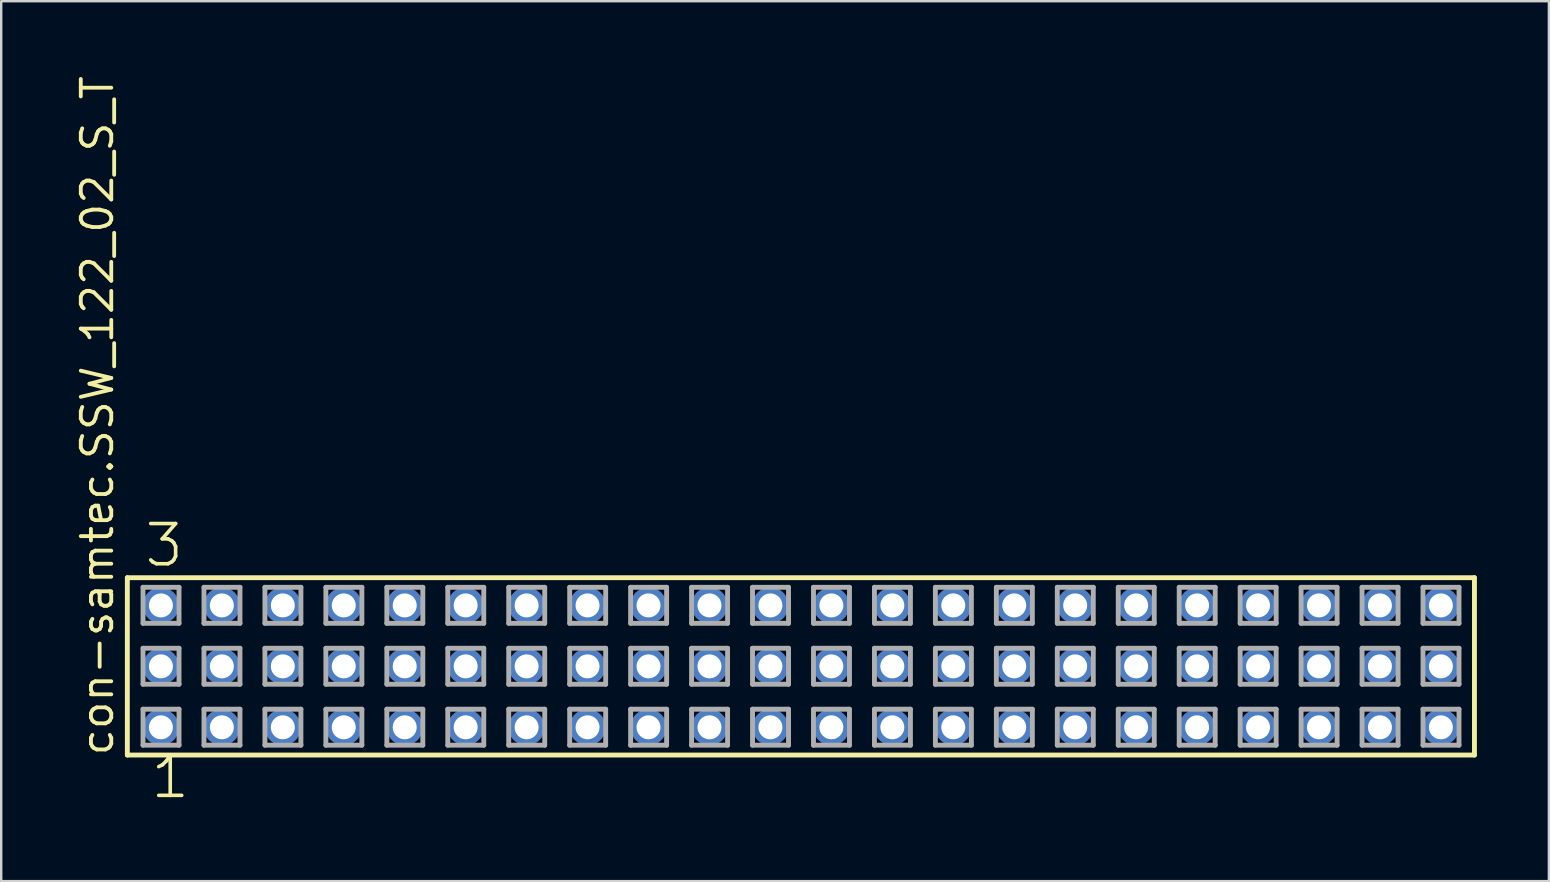
<source format=kicad_pcb>
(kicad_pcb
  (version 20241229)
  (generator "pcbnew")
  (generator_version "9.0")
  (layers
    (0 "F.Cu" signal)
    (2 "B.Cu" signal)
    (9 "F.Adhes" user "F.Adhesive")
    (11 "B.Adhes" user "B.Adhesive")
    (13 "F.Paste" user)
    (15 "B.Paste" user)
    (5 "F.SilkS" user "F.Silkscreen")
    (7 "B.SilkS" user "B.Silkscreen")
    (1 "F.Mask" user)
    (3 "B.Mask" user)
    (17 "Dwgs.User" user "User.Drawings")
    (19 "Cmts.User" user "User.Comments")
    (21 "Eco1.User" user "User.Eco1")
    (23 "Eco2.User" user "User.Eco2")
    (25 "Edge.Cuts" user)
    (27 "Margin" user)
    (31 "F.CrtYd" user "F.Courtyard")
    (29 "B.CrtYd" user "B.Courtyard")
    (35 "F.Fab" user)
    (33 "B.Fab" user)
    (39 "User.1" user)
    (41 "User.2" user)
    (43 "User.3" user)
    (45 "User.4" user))
  (footprint "con-samtec.SSW_122_02_S_T"
    (layer "F.Cu")
    (at 30.325 24.719)
    (property "Reference" "con-samtec.SSW_122_02_S_T" (at -28.575 3.81 90) (layer "F.SilkS") (effects (font (size 1.27 1.27) (thickness 0.16)) (justify left bottom)))
    (attr through_hole)
    (fp_line (start -28.069 -3.695) (end 28.069 -3.695) (stroke (width 0.203) (type default)) (layer "F.SilkS"))
    (fp_line (start -28.069 3.695) (end -28.069 -3.695) (stroke (width 0.203) (type default)) (layer "F.SilkS"))
    (fp_line (start 28.069 -3.695) (end 28.069 3.695) (stroke (width 0.203) (type default)) (layer "F.SilkS"))
    (fp_line (start 28.069 3.695) (end -28.069 3.695) (stroke (width 0.203) (type default)) (layer "F.SilkS"))
    (fp_line (start -27.415 -3.295) (end -25.915 -3.295) (stroke (width 0.203) (type default)) (layer "F.Fab"))
    (fp_line (start -27.415 -1.795) (end -27.415 -3.295) (stroke (width 0.203) (type default)) (layer "F.Fab"))
    (fp_line (start -27.415 -0.755) (end -25.915 -0.755) (stroke (width 0.203) (type default)) (layer "F.Fab"))
    (fp_line (start -27.415 0.745) (end -27.415 -0.755) (stroke (width 0.203) (type default)) (layer "F.Fab"))
    (fp_line (start -27.415 1.785) (end -25.915 1.785) (stroke (width 0.203) (type default)) (layer "F.Fab"))
    (fp_line (start -27.415 3.285) (end -27.415 1.785) (stroke (width 0.203) (type default)) (layer "F.Fab"))
    (fp_line (start -25.915 -3.295) (end -25.915 -1.795) (stroke (width 0.203) (type default)) (layer "F.Fab"))
    (fp_line (start -25.915 -1.795) (end -27.415 -1.795) (stroke (width 0.203) (type default)) (layer "F.Fab"))
    (fp_line (start -25.915 -0.755) (end -25.915 0.745) (stroke (width 0.203) (type default)) (layer "F.Fab"))
    (fp_line (start -25.915 0.745) (end -27.415 0.745) (stroke (width 0.203) (type default)) (layer "F.Fab"))
    (fp_line (start -25.915 1.785) (end -25.915 3.285) (stroke (width 0.203) (type default)) (layer "F.Fab"))
    (fp_line (start -25.915 3.285) (end -27.415 3.285) (stroke (width 0.203) (type default)) (layer "F.Fab"))
    (fp_line (start -24.875 -3.295) (end -23.375 -3.295) (stroke (width 0.203) (type default)) (layer "F.Fab"))
    (fp_line (start -24.875 -1.795) (end -24.875 -3.295) (stroke (width 0.203) (type default)) (layer "F.Fab"))
    (fp_line (start -24.875 -0.755) (end -23.375 -0.755) (stroke (width 0.203) (type default)) (layer "F.Fab"))
    (fp_line (start -24.875 0.745) (end -24.875 -0.755) (stroke (width 0.203) (type default)) (layer "F.Fab"))
    (fp_line (start -24.875 1.785) (end -23.375 1.785) (stroke (width 0.203) (type default)) (layer "F.Fab"))
    (fp_line (start -24.875 3.285) (end -24.875 1.785) (stroke (width 0.203) (type default)) (layer "F.Fab"))
    (fp_line (start -23.375 -3.295) (end -23.375 -1.795) (stroke (width 0.203) (type default)) (layer "F.Fab"))
    (fp_line (start -23.375 -1.795) (end -24.875 -1.795) (stroke (width 0.203) (type default)) (layer "F.Fab"))
    (fp_line (start -23.375 -0.755) (end -23.375 0.745) (stroke (width 0.203) (type default)) (layer "F.Fab"))
    (fp_line (start -23.375 0.745) (end -24.875 0.745) (stroke (width 0.203) (type default)) (layer "F.Fab"))
    (fp_line (start -23.375 1.785) (end -23.375 3.285) (stroke (width 0.203) (type default)) (layer "F.Fab"))
    (fp_line (start -23.375 3.285) (end -24.875 3.285) (stroke (width 0.203) (type default)) (layer "F.Fab"))
    (fp_line (start -22.335 -3.295) (end -20.835 -3.295) (stroke (width 0.203) (type default)) (layer "F.Fab"))
    (fp_line (start -22.335 -1.795) (end -22.335 -3.295) (stroke (width 0.203) (type default)) (layer "F.Fab"))
    (fp_line (start -22.335 -0.755) (end -20.835 -0.755) (stroke (width 0.203) (type default)) (layer "F.Fab"))
    (fp_line (start -22.335 0.745) (end -22.335 -0.755) (stroke (width 0.203) (type default)) (layer "F.Fab"))
    (fp_line (start -22.335 1.785) (end -20.835 1.785) (stroke (width 0.203) (type default)) (layer "F.Fab"))
    (fp_line (start -22.335 3.285) (end -22.335 1.785) (stroke (width 0.203) (type default)) (layer "F.Fab"))
    (fp_line (start -20.835 -3.295) (end -20.835 -1.795) (stroke (width 0.203) (type default)) (layer "F.Fab"))
    (fp_line (start -20.835 -1.795) (end -22.335 -1.795) (stroke (width 0.203) (type default)) (layer "F.Fab"))
    (fp_line (start -20.835 -0.755) (end -20.835 0.745) (stroke (width 0.203) (type default)) (layer "F.Fab"))
    (fp_line (start -20.835 0.745) (end -22.335 0.745) (stroke (width 0.203) (type default)) (layer "F.Fab"))
    (fp_line (start -20.835 1.785) (end -20.835 3.285) (stroke (width 0.203) (type default)) (layer "F.Fab"))
    (fp_line (start -20.835 3.285) (end -22.335 3.285) (stroke (width 0.203) (type default)) (layer "F.Fab"))
    (fp_line (start -19.795 -3.295) (end -18.295 -3.295) (stroke (width 0.203) (type default)) (layer "F.Fab"))
    (fp_line (start -19.795 -1.795) (end -19.795 -3.295) (stroke (width 0.203) (type default)) (layer "F.Fab"))
    (fp_line (start -19.795 -0.755) (end -18.295 -0.755) (stroke (width 0.203) (type default)) (layer "F.Fab"))
    (fp_line (start -19.795 0.745) (end -19.795 -0.755) (stroke (width 0.203) (type default)) (layer "F.Fab"))
    (fp_line (start -19.795 1.785) (end -18.295 1.785) (stroke (width 0.203) (type default)) (layer "F.Fab"))
    (fp_line (start -19.795 3.285) (end -19.795 1.785) (stroke (width 0.203) (type default)) (layer "F.Fab"))
    (fp_line (start -18.295 -3.295) (end -18.295 -1.795) (stroke (width 0.203) (type default)) (layer "F.Fab"))
    (fp_line (start -18.295 -1.795) (end -19.795 -1.795) (stroke (width 0.203) (type default)) (layer "F.Fab"))
    (fp_line (start -18.295 -0.755) (end -18.295 0.745) (stroke (width 0.203) (type default)) (layer "F.Fab"))
    (fp_line (start -18.295 0.745) (end -19.795 0.745) (stroke (width 0.203) (type default)) (layer "F.Fab"))
    (fp_line (start -18.295 1.785) (end -18.295 3.285) (stroke (width 0.203) (type default)) (layer "F.Fab"))
    (fp_line (start -18.295 3.285) (end -19.795 3.285) (stroke (width 0.203) (type default)) (layer "F.Fab"))
    (fp_line (start -17.255 -3.295) (end -15.755 -3.295) (stroke (width 0.203) (type default)) (layer "F.Fab"))
    (fp_line (start -17.255 -1.795) (end -17.255 -3.295) (stroke (width 0.203) (type default)) (layer "F.Fab"))
    (fp_line (start -17.255 -0.755) (end -15.755 -0.755) (stroke (width 0.203) (type default)) (layer "F.Fab"))
    (fp_line (start -17.255 0.745) (end -17.255 -0.755) (stroke (width 0.203) (type default)) (layer "F.Fab"))
    (fp_line (start -17.255 1.785) (end -15.755 1.785) (stroke (width 0.203) (type default)) (layer "F.Fab"))
    (fp_line (start -17.255 3.285) (end -17.255 1.785) (stroke (width 0.203) (type default)) (layer "F.Fab"))
    (fp_line (start -15.755 -3.295) (end -15.755 -1.795) (stroke (width 0.203) (type default)) (layer "F.Fab"))
    (fp_line (start -15.755 -1.795) (end -17.255 -1.795) (stroke (width 0.203) (type default)) (layer "F.Fab"))
    (fp_line (start -15.755 -0.755) (end -15.755 0.745) (stroke (width 0.203) (type default)) (layer "F.Fab"))
    (fp_line (start -15.755 0.745) (end -17.255 0.745) (stroke (width 0.203) (type default)) (layer "F.Fab"))
    (fp_line (start -15.755 1.785) (end -15.755 3.285) (stroke (width 0.203) (type default)) (layer "F.Fab"))
    (fp_line (start -15.755 3.285) (end -17.255 3.285) (stroke (width 0.203) (type default)) (layer "F.Fab"))
    (fp_line (start -14.715 -3.295) (end -13.215 -3.295) (stroke (width 0.203) (type default)) (layer "F.Fab"))
    (fp_line (start -14.715 -1.795) (end -14.715 -3.295) (stroke (width 0.203) (type default)) (layer "F.Fab"))
    (fp_line (start -14.715 -0.755) (end -13.215 -0.755) (stroke (width 0.203) (type default)) (layer "F.Fab"))
    (fp_line (start -14.715 0.745) (end -14.715 -0.755) (stroke (width 0.203) (type default)) (layer "F.Fab"))
    (fp_line (start -14.715 1.785) (end -13.215 1.785) (stroke (width 0.203) (type default)) (layer "F.Fab"))
    (fp_line (start -14.715 3.285) (end -14.715 1.785) (stroke (width 0.203) (type default)) (layer "F.Fab"))
    (fp_line (start -13.215 -3.295) (end -13.215 -1.795) (stroke (width 0.203) (type default)) (layer "F.Fab"))
    (fp_line (start -13.215 -1.795) (end -14.715 -1.795) (stroke (width 0.203) (type default)) (layer "F.Fab"))
    (fp_line (start -13.215 -0.755) (end -13.215 0.745) (stroke (width 0.203) (type default)) (layer "F.Fab"))
    (fp_line (start -13.215 0.745) (end -14.715 0.745) (stroke (width 0.203) (type default)) (layer "F.Fab"))
    (fp_line (start -13.215 1.785) (end -13.215 3.285) (stroke (width 0.203) (type default)) (layer "F.Fab"))
    (fp_line (start -13.215 3.285) (end -14.715 3.285) (stroke (width 0.203) (type default)) (layer "F.Fab"))
    (fp_line (start -12.175 -3.295) (end -10.675 -3.295) (stroke (width 0.203) (type default)) (layer "F.Fab"))
    (fp_line (start -12.175 -1.795) (end -12.175 -3.295) (stroke (width 0.203) (type default)) (layer "F.Fab"))
    (fp_line (start -12.175 -0.755) (end -10.675 -0.755) (stroke (width 0.203) (type default)) (layer "F.Fab"))
    (fp_line (start -12.175 0.745) (end -12.175 -0.755) (stroke (width 0.203) (type default)) (layer "F.Fab"))
    (fp_line (start -12.175 1.785) (end -10.675 1.785) (stroke (width 0.203) (type default)) (layer "F.Fab"))
    (fp_line (start -12.175 3.285) (end -12.175 1.785) (stroke (width 0.203) (type default)) (layer "F.Fab"))
    (fp_line (start -10.675 -3.295) (end -10.675 -1.795) (stroke (width 0.203) (type default)) (layer "F.Fab"))
    (fp_line (start -10.675 -1.795) (end -12.175 -1.795) (stroke (width 0.203) (type default)) (layer "F.Fab"))
    (fp_line (start -10.675 -0.755) (end -10.675 0.745) (stroke (width 0.203) (type default)) (layer "F.Fab"))
    (fp_line (start -10.675 0.745) (end -12.175 0.745) (stroke (width 0.203) (type default)) (layer "F.Fab"))
    (fp_line (start -10.675 1.785) (end -10.675 3.285) (stroke (width 0.203) (type default)) (layer "F.Fab"))
    (fp_line (start -10.675 3.285) (end -12.175 3.285) (stroke (width 0.203) (type default)) (layer "F.Fab"))
    (fp_line (start -9.635 -3.295) (end -8.135 -3.295) (stroke (width 0.203) (type default)) (layer "F.Fab"))
    (fp_line (start -9.635 -1.795) (end -9.635 -3.295) (stroke (width 0.203) (type default)) (layer "F.Fab"))
    (fp_line (start -9.635 -0.755) (end -8.135 -0.755) (stroke (width 0.203) (type default)) (layer "F.Fab"))
    (fp_line (start -9.635 0.745) (end -9.635 -0.755) (stroke (width 0.203) (type default)) (layer "F.Fab"))
    (fp_line (start -9.635 1.785) (end -8.135 1.785) (stroke (width 0.203) (type default)) (layer "F.Fab"))
    (fp_line (start -9.635 3.285) (end -9.635 1.785) (stroke (width 0.203) (type default)) (layer "F.Fab"))
    (fp_line (start -8.135 -3.295) (end -8.135 -1.795) (stroke (width 0.203) (type default)) (layer "F.Fab"))
    (fp_line (start -8.135 -1.795) (end -9.635 -1.795) (stroke (width 0.203) (type default)) (layer "F.Fab"))
    (fp_line (start -8.135 -0.755) (end -8.135 0.745) (stroke (width 0.203) (type default)) (layer "F.Fab"))
    (fp_line (start -8.135 0.745) (end -9.635 0.745) (stroke (width 0.203) (type default)) (layer "F.Fab"))
    (fp_line (start -8.135 1.785) (end -8.135 3.285) (stroke (width 0.203) (type default)) (layer "F.Fab"))
    (fp_line (start -8.135 3.285) (end -9.635 3.285) (stroke (width 0.203) (type default)) (layer "F.Fab"))
    (fp_line (start -7.095 -3.295) (end -5.595 -3.295) (stroke (width 0.203) (type default)) (layer "F.Fab"))
    (fp_line (start -7.095 -1.795) (end -7.095 -3.295) (stroke (width 0.203) (type default)) (layer "F.Fab"))
    (fp_line (start -7.095 -0.755) (end -5.595 -0.755) (stroke (width 0.203) (type default)) (layer "F.Fab"))
    (fp_line (start -7.095 0.745) (end -7.095 -0.755) (stroke (width 0.203) (type default)) (layer "F.Fab"))
    (fp_line (start -7.095 1.785) (end -5.595 1.785) (stroke (width 0.203) (type default)) (layer "F.Fab"))
    (fp_line (start -7.095 3.285) (end -7.095 1.785) (stroke (width 0.203) (type default)) (layer "F.Fab"))
    (fp_line (start -5.595 -3.295) (end -5.595 -1.795) (stroke (width 0.203) (type default)) (layer "F.Fab"))
    (fp_line (start -5.595 -1.795) (end -7.095 -1.795) (stroke (width 0.203) (type default)) (layer "F.Fab"))
    (fp_line (start -5.595 -0.755) (end -5.595 0.745) (stroke (width 0.203) (type default)) (layer "F.Fab"))
    (fp_line (start -5.595 0.745) (end -7.095 0.745) (stroke (width 0.203) (type default)) (layer "F.Fab"))
    (fp_line (start -5.595 1.785) (end -5.595 3.285) (stroke (width 0.203) (type default)) (layer "F.Fab"))
    (fp_line (start -5.595 3.285) (end -7.095 3.285) (stroke (width 0.203) (type default)) (layer "F.Fab"))
    (fp_line (start -4.555 -3.295) (end -3.055 -3.295) (stroke (width 0.203) (type default)) (layer "F.Fab"))
    (fp_line (start -4.555 -1.795) (end -4.555 -3.295) (stroke (width 0.203) (type default)) (layer "F.Fab"))
    (fp_line (start -4.555 -0.755) (end -3.055 -0.755) (stroke (width 0.203) (type default)) (layer "F.Fab"))
    (fp_line (start -4.555 0.745) (end -4.555 -0.755) (stroke (width 0.203) (type default)) (layer "F.Fab"))
    (fp_line (start -4.555 1.785) (end -3.055 1.785) (stroke (width 0.203) (type default)) (layer "F.Fab"))
    (fp_line (start -4.555 3.285) (end -4.555 1.785) (stroke (width 0.203) (type default)) (layer "F.Fab"))
    (fp_line (start -3.055 -3.295) (end -3.055 -1.795) (stroke (width 0.203) (type default)) (layer "F.Fab"))
    (fp_line (start -3.055 -1.795) (end -4.555 -1.795) (stroke (width 0.203) (type default)) (layer "F.Fab"))
    (fp_line (start -3.055 -0.755) (end -3.055 0.745) (stroke (width 0.203) (type default)) (layer "F.Fab"))
    (fp_line (start -3.055 0.745) (end -4.555 0.745) (stroke (width 0.203) (type default)) (layer "F.Fab"))
    (fp_line (start -3.055 1.785) (end -3.055 3.285) (stroke (width 0.203) (type default)) (layer "F.Fab"))
    (fp_line (start -3.055 3.285) (end -4.555 3.285) (stroke (width 0.203) (type default)) (layer "F.Fab"))
    (fp_line (start -2.015 -3.295) (end -0.515 -3.295) (stroke (width 0.203) (type default)) (layer "F.Fab"))
    (fp_line (start -2.015 -1.795) (end -2.015 -3.295) (stroke (width 0.203) (type default)) (layer "F.Fab"))
    (fp_line (start -2.015 -0.755) (end -0.515 -0.755) (stroke (width 0.203) (type default)) (layer "F.Fab"))
    (fp_line (start -2.015 0.745) (end -2.015 -0.755) (stroke (width 0.203) (type default)) (layer "F.Fab"))
    (fp_line (start -2.015 1.785) (end -0.515 1.785) (stroke (width 0.203) (type default)) (layer "F.Fab"))
    (fp_line (start -2.015 3.285) (end -2.015 1.785) (stroke (width 0.203) (type default)) (layer "F.Fab"))
    (fp_line (start -0.515 -3.295) (end -0.515 -1.795) (stroke (width 0.203) (type default)) (layer "F.Fab"))
    (fp_line (start -0.515 -1.795) (end -2.015 -1.795) (stroke (width 0.203) (type default)) (layer "F.Fab"))
    (fp_line (start -0.515 -0.755) (end -0.515 0.745) (stroke (width 0.203) (type default)) (layer "F.Fab"))
    (fp_line (start -0.515 0.745) (end -2.015 0.745) (stroke (width 0.203) (type default)) (layer "F.Fab"))
    (fp_line (start -0.515 1.785) (end -0.515 3.285) (stroke (width 0.203) (type default)) (layer "F.Fab"))
    (fp_line (start -0.515 3.285) (end -2.015 3.285) (stroke (width 0.203) (type default)) (layer "F.Fab"))
    (fp_line (start 0.525 -3.295) (end 2.025 -3.295) (stroke (width 0.203) (type default)) (layer "F.Fab"))
    (fp_line (start 0.525 -1.795) (end 0.525 -3.295) (stroke (width 0.203) (type default)) (layer "F.Fab"))
    (fp_line (start 0.525 -0.755) (end 2.025 -0.755) (stroke (width 0.203) (type default)) (layer "F.Fab"))
    (fp_line (start 0.525 0.745) (end 0.525 -0.755) (stroke (width 0.203) (type default)) (layer "F.Fab"))
    (fp_line (start 0.525 1.785) (end 2.025 1.785) (stroke (width 0.203) (type default)) (layer "F.Fab"))
    (fp_line (start 0.525 3.285) (end 0.525 1.785) (stroke (width 0.203) (type default)) (layer "F.Fab"))
    (fp_line (start 2.025 -3.295) (end 2.025 -1.795) (stroke (width 0.203) (type default)) (layer "F.Fab"))
    (fp_line (start 2.025 -1.795) (end 0.525 -1.795) (stroke (width 0.203) (type default)) (layer "F.Fab"))
    (fp_line (start 2.025 -0.755) (end 2.025 0.745) (stroke (width 0.203) (type default)) (layer "F.Fab"))
    (fp_line (start 2.025 0.745) (end 0.525 0.745) (stroke (width 0.203) (type default)) (layer "F.Fab"))
    (fp_line (start 2.025 1.785) (end 2.025 3.285) (stroke (width 0.203) (type default)) (layer "F.Fab"))
    (fp_line (start 2.025 3.285) (end 0.525 3.285) (stroke (width 0.203) (type default)) (layer "F.Fab"))
    (fp_line (start 3.065 -3.295) (end 4.565 -3.295) (stroke (width 0.203) (type default)) (layer "F.Fab"))
    (fp_line (start 3.065 -1.795) (end 3.065 -3.295) (stroke (width 0.203) (type default)) (layer "F.Fab"))
    (fp_line (start 3.065 -0.755) (end 4.565 -0.755) (stroke (width 0.203) (type default)) (layer "F.Fab"))
    (fp_line (start 3.065 0.745) (end 3.065 -0.755) (stroke (width 0.203) (type default)) (layer "F.Fab"))
    (fp_line (start 3.065 1.785) (end 4.565 1.785) (stroke (width 0.203) (type default)) (layer "F.Fab"))
    (fp_line (start 3.065 3.285) (end 3.065 1.785) (stroke (width 0.203) (type default)) (layer "F.Fab"))
    (fp_line (start 4.565 -3.295) (end 4.565 -1.795) (stroke (width 0.203) (type default)) (layer "F.Fab"))
    (fp_line (start 4.565 -1.795) (end 3.065 -1.795) (stroke (width 0.203) (type default)) (layer "F.Fab"))
    (fp_line (start 4.565 -0.755) (end 4.565 0.745) (stroke (width 0.203) (type default)) (layer "F.Fab"))
    (fp_line (start 4.565 0.745) (end 3.065 0.745) (stroke (width 0.203) (type default)) (layer "F.Fab"))
    (fp_line (start 4.565 1.785) (end 4.565 3.285) (stroke (width 0.203) (type default)) (layer "F.Fab"))
    (fp_line (start 4.565 3.285) (end 3.065 3.285) (stroke (width 0.203) (type default)) (layer "F.Fab"))
    (fp_line (start 5.605 -3.295) (end 7.105 -3.295) (stroke (width 0.203) (type default)) (layer "F.Fab"))
    (fp_line (start 5.605 -1.795) (end 5.605 -3.295) (stroke (width 0.203) (type default)) (layer "F.Fab"))
    (fp_line (start 5.605 -0.755) (end 7.105 -0.755) (stroke (width 0.203) (type default)) (layer "F.Fab"))
    (fp_line (start 5.605 0.745) (end 5.605 -0.755) (stroke (width 0.203) (type default)) (layer "F.Fab"))
    (fp_line (start 5.605 1.785) (end 7.105 1.785) (stroke (width 0.203) (type default)) (layer "F.Fab"))
    (fp_line (start 5.605 3.285) (end 5.605 1.785) (stroke (width 0.203) (type default)) (layer "F.Fab"))
    (fp_line (start 7.105 -3.295) (end 7.105 -1.795) (stroke (width 0.203) (type default)) (layer "F.Fab"))
    (fp_line (start 7.105 -1.795) (end 5.605 -1.795) (stroke (width 0.203) (type default)) (layer "F.Fab"))
    (fp_line (start 7.105 -0.755) (end 7.105 0.745) (stroke (width 0.203) (type default)) (layer "F.Fab"))
    (fp_line (start 7.105 0.745) (end 5.605 0.745) (stroke (width 0.203) (type default)) (layer "F.Fab"))
    (fp_line (start 7.105 1.785) (end 7.105 3.285) (stroke (width 0.203) (type default)) (layer "F.Fab"))
    (fp_line (start 7.105 3.285) (end 5.605 3.285) (stroke (width 0.203) (type default)) (layer "F.Fab"))
    (fp_line (start 8.145 -3.295) (end 9.645 -3.295) (stroke (width 0.203) (type default)) (layer "F.Fab"))
    (fp_line (start 8.145 -1.795) (end 8.145 -3.295) (stroke (width 0.203) (type default)) (layer "F.Fab"))
    (fp_line (start 8.145 -0.755) (end 9.645 -0.755) (stroke (width 0.203) (type default)) (layer "F.Fab"))
    (fp_line (start 8.145 0.745) (end 8.145 -0.755) (stroke (width 0.203) (type default)) (layer "F.Fab"))
    (fp_line (start 8.145 1.785) (end 9.645 1.785) (stroke (width 0.203) (type default)) (layer "F.Fab"))
    (fp_line (start 8.145 3.285) (end 8.145 1.785) (stroke (width 0.203) (type default)) (layer "F.Fab"))
    (fp_line (start 9.645 -3.295) (end 9.645 -1.795) (stroke (width 0.203) (type default)) (layer "F.Fab"))
    (fp_line (start 9.645 -1.795) (end 8.145 -1.795) (stroke (width 0.203) (type default)) (layer "F.Fab"))
    (fp_line (start 9.645 -0.755) (end 9.645 0.745) (stroke (width 0.203) (type default)) (layer "F.Fab"))
    (fp_line (start 9.645 0.745) (end 8.145 0.745) (stroke (width 0.203) (type default)) (layer "F.Fab"))
    (fp_line (start 9.645 1.785) (end 9.645 3.285) (stroke (width 0.203) (type default)) (layer "F.Fab"))
    (fp_line (start 9.645 3.285) (end 8.145 3.285) (stroke (width 0.203) (type default)) (layer "F.Fab"))
    (fp_line (start 10.685 -3.295) (end 12.185 -3.295) (stroke (width 0.203) (type default)) (layer "F.Fab"))
    (fp_line (start 10.685 -1.795) (end 10.685 -3.295) (stroke (width 0.203) (type default)) (layer "F.Fab"))
    (fp_line (start 10.685 -0.755) (end 12.185 -0.755) (stroke (width 0.203) (type default)) (layer "F.Fab"))
    (fp_line (start 10.685 0.745) (end 10.685 -0.755) (stroke (width 0.203) (type default)) (layer "F.Fab"))
    (fp_line (start 10.685 1.785) (end 12.185 1.785) (stroke (width 0.203) (type default)) (layer "F.Fab"))
    (fp_line (start 10.685 3.285) (end 10.685 1.785) (stroke (width 0.203) (type default)) (layer "F.Fab"))
    (fp_line (start 12.185 -3.295) (end 12.185 -1.795) (stroke (width 0.203) (type default)) (layer "F.Fab"))
    (fp_line (start 12.185 -1.795) (end 10.685 -1.795) (stroke (width 0.203) (type default)) (layer "F.Fab"))
    (fp_line (start 12.185 -0.755) (end 12.185 0.745) (stroke (width 0.203) (type default)) (layer "F.Fab"))
    (fp_line (start 12.185 0.745) (end 10.685 0.745) (stroke (width 0.203) (type default)) (layer "F.Fab"))
    (fp_line (start 12.185 1.785) (end 12.185 3.285) (stroke (width 0.203) (type default)) (layer "F.Fab"))
    (fp_line (start 12.185 3.285) (end 10.685 3.285) (stroke (width 0.203) (type default)) (layer "F.Fab"))
    (fp_line (start 13.225 -3.295) (end 14.725 -3.295) (stroke (width 0.203) (type default)) (layer "F.Fab"))
    (fp_line (start 13.225 -1.795) (end 13.225 -3.295) (stroke (width 0.203) (type default)) (layer "F.Fab"))
    (fp_line (start 13.225 -0.755) (end 14.725 -0.755) (stroke (width 0.203) (type default)) (layer "F.Fab"))
    (fp_line (start 13.225 0.745) (end 13.225 -0.755) (stroke (width 0.203) (type default)) (layer "F.Fab"))
    (fp_line (start 13.225 1.785) (end 14.725 1.785) (stroke (width 0.203) (type default)) (layer "F.Fab"))
    (fp_line (start 13.225 3.285) (end 13.225 1.785) (stroke (width 0.203) (type default)) (layer "F.Fab"))
    (fp_line (start 14.725 -3.295) (end 14.725 -1.795) (stroke (width 0.203) (type default)) (layer "F.Fab"))
    (fp_line (start 14.725 -1.795) (end 13.225 -1.795) (stroke (width 0.203) (type default)) (layer "F.Fab"))
    (fp_line (start 14.725 -0.755) (end 14.725 0.745) (stroke (width 0.203) (type default)) (layer "F.Fab"))
    (fp_line (start 14.725 0.745) (end 13.225 0.745) (stroke (width 0.203) (type default)) (layer "F.Fab"))
    (fp_line (start 14.725 1.785) (end 14.725 3.285) (stroke (width 0.203) (type default)) (layer "F.Fab"))
    (fp_line (start 14.725 3.285) (end 13.225 3.285) (stroke (width 0.203) (type default)) (layer "F.Fab"))
    (fp_line (start 15.765 -3.295) (end 17.265 -3.295) (stroke (width 0.203) (type default)) (layer "F.Fab"))
    (fp_line (start 15.765 -1.795) (end 15.765 -3.295) (stroke (width 0.203) (type default)) (layer "F.Fab"))
    (fp_line (start 15.765 -0.755) (end 17.265 -0.755) (stroke (width 0.203) (type default)) (layer "F.Fab"))
    (fp_line (start 15.765 0.745) (end 15.765 -0.755) (stroke (width 0.203) (type default)) (layer "F.Fab"))
    (fp_line (start 15.765 1.785) (end 17.265 1.785) (stroke (width 0.203) (type default)) (layer "F.Fab"))
    (fp_line (start 15.765 3.285) (end 15.765 1.785) (stroke (width 0.203) (type default)) (layer "F.Fab"))
    (fp_line (start 17.265 -3.295) (end 17.265 -1.795) (stroke (width 0.203) (type default)) (layer "F.Fab"))
    (fp_line (start 17.265 -1.795) (end 15.765 -1.795) (stroke (width 0.203) (type default)) (layer "F.Fab"))
    (fp_line (start 17.265 -0.755) (end 17.265 0.745) (stroke (width 0.203) (type default)) (layer "F.Fab"))
    (fp_line (start 17.265 0.745) (end 15.765 0.745) (stroke (width 0.203) (type default)) (layer "F.Fab"))
    (fp_line (start 17.265 1.785) (end 17.265 3.285) (stroke (width 0.203) (type default)) (layer "F.Fab"))
    (fp_line (start 17.265 3.285) (end 15.765 3.285) (stroke (width 0.203) (type default)) (layer "F.Fab"))
    (fp_line (start 18.305 -3.295) (end 19.805 -3.295) (stroke (width 0.203) (type default)) (layer "F.Fab"))
    (fp_line (start 18.305 -1.795) (end 18.305 -3.295) (stroke (width 0.203) (type default)) (layer "F.Fab"))
    (fp_line (start 18.305 -0.755) (end 19.805 -0.755) (stroke (width 0.203) (type default)) (layer "F.Fab"))
    (fp_line (start 18.305 0.745) (end 18.305 -0.755) (stroke (width 0.203) (type default)) (layer "F.Fab"))
    (fp_line (start 18.305 1.785) (end 19.805 1.785) (stroke (width 0.203) (type default)) (layer "F.Fab"))
    (fp_line (start 18.305 3.285) (end 18.305 1.785) (stroke (width 0.203) (type default)) (layer "F.Fab"))
    (fp_line (start 19.805 -3.295) (end 19.805 -1.795) (stroke (width 0.203) (type default)) (layer "F.Fab"))
    (fp_line (start 19.805 -1.795) (end 18.305 -1.795) (stroke (width 0.203) (type default)) (layer "F.Fab"))
    (fp_line (start 19.805 -0.755) (end 19.805 0.745) (stroke (width 0.203) (type default)) (layer "F.Fab"))
    (fp_line (start 19.805 0.745) (end 18.305 0.745) (stroke (width 0.203) (type default)) (layer "F.Fab"))
    (fp_line (start 19.805 1.785) (end 19.805 3.285) (stroke (width 0.203) (type default)) (layer "F.Fab"))
    (fp_line (start 19.805 3.285) (end 18.305 3.285) (stroke (width 0.203) (type default)) (layer "F.Fab"))
    (fp_line (start 20.845 -3.295) (end 22.345 -3.295) (stroke (width 0.203) (type default)) (layer "F.Fab"))
    (fp_line (start 20.845 -1.795) (end 20.845 -3.295) (stroke (width 0.203) (type default)) (layer "F.Fab"))
    (fp_line (start 20.845 -0.755) (end 22.345 -0.755) (stroke (width 0.203) (type default)) (layer "F.Fab"))
    (fp_line (start 20.845 0.745) (end 20.845 -0.755) (stroke (width 0.203) (type default)) (layer "F.Fab"))
    (fp_line (start 20.845 1.785) (end 22.345 1.785) (stroke (width 0.203) (type default)) (layer "F.Fab"))
    (fp_line (start 20.845 3.285) (end 20.845 1.785) (stroke (width 0.203) (type default)) (layer "F.Fab"))
    (fp_line (start 22.345 -3.295) (end 22.345 -1.795) (stroke (width 0.203) (type default)) (layer "F.Fab"))
    (fp_line (start 22.345 -1.795) (end 20.845 -1.795) (stroke (width 0.203) (type default)) (layer "F.Fab"))
    (fp_line (start 22.345 -0.755) (end 22.345 0.745) (stroke (width 0.203) (type default)) (layer "F.Fab"))
    (fp_line (start 22.345 0.745) (end 20.845 0.745) (stroke (width 0.203) (type default)) (layer "F.Fab"))
    (fp_line (start 22.345 1.785) (end 22.345 3.285) (stroke (width 0.203) (type default)) (layer "F.Fab"))
    (fp_line (start 22.345 3.285) (end 20.845 3.285) (stroke (width 0.203) (type default)) (layer "F.Fab"))
    (fp_line (start 23.385 -3.295) (end 24.885 -3.295) (stroke (width 0.203) (type default)) (layer "F.Fab"))
    (fp_line (start 23.385 -1.795) (end 23.385 -3.295) (stroke (width 0.203) (type default)) (layer "F.Fab"))
    (fp_line (start 23.385 -0.755) (end 24.885 -0.755) (stroke (width 0.203) (type default)) (layer "F.Fab"))
    (fp_line (start 23.385 0.745) (end 23.385 -0.755) (stroke (width 0.203) (type default)) (layer "F.Fab"))
    (fp_line (start 23.385 1.785) (end 24.885 1.785) (stroke (width 0.203) (type default)) (layer "F.Fab"))
    (fp_line (start 23.385 3.285) (end 23.385 1.785) (stroke (width 0.203) (type default)) (layer "F.Fab"))
    (fp_line (start 24.885 -3.295) (end 24.885 -1.795) (stroke (width 0.203) (type default)) (layer "F.Fab"))
    (fp_line (start 24.885 -1.795) (end 23.385 -1.795) (stroke (width 0.203) (type default)) (layer "F.Fab"))
    (fp_line (start 24.885 -0.755) (end 24.885 0.745) (stroke (width 0.203) (type default)) (layer "F.Fab"))
    (fp_line (start 24.885 0.745) (end 23.385 0.745) (stroke (width 0.203) (type default)) (layer "F.Fab"))
    (fp_line (start 24.885 1.785) (end 24.885 3.285) (stroke (width 0.203) (type default)) (layer "F.Fab"))
    (fp_line (start 24.885 3.285) (end 23.385 3.285) (stroke (width 0.203) (type default)) (layer "F.Fab"))
    (fp_line (start 25.925 -3.295) (end 27.425 -3.295) (stroke (width 0.203) (type default)) (layer "F.Fab"))
    (fp_line (start 25.925 -1.795) (end 25.925 -3.295) (stroke (width 0.203) (type default)) (layer "F.Fab"))
    (fp_line (start 25.925 -0.755) (end 27.425 -0.755) (stroke (width 0.203) (type default)) (layer "F.Fab"))
    (fp_line (start 25.925 0.745) (end 25.925 -0.755) (stroke (width 0.203) (type default)) (layer "F.Fab"))
    (fp_line (start 25.925 1.785) (end 27.425 1.785) (stroke (width 0.203) (type default)) (layer "F.Fab"))
    (fp_line (start 25.925 3.285) (end 25.925 1.785) (stroke (width 0.203) (type default)) (layer "F.Fab"))
    (fp_line (start 27.425 -3.295) (end 27.425 -1.795) (stroke (width 0.203) (type default)) (layer "F.Fab"))
    (fp_line (start 27.425 -1.795) (end 25.925 -1.795) (stroke (width 0.203) (type default)) (layer "F.Fab"))
    (fp_line (start 27.425 -0.755) (end 27.425 0.745) (stroke (width 0.203) (type default)) (layer "F.Fab"))
    (fp_line (start 27.425 0.745) (end 25.925 0.745) (stroke (width 0.203) (type default)) (layer "F.Fab"))
    (fp_line (start 27.425 1.785) (end 27.425 3.285) (stroke (width 0.203) (type default)) (layer "F.Fab"))
    (fp_line (start 27.425 3.285) (end 25.925 3.285) (stroke (width 0.203) (type default)) (layer "F.Fab"))
    (fp_text user "1" (at -27.178 5.588 0) (layer "F.SilkS") (effects (font (size 1.676 1.676) (thickness 0.15)) (justify left bottom)))
    (fp_text user "3" (at -27.432 -4.064 0) (layer "F.SilkS") (effects (font (size 1.676 1.676) (thickness 0.15)) (justify left bottom)))
    (pad "1" thru_hole circle (at -26.67 2.54) (size 1.5 1.5) (drill 1) (layers "*.Cu" "*.Mask"))
    (pad "2" thru_hole circle (at -26.67 0) (size 1.5 1.5) (drill 1) (layers "*.Cu" "*.Mask"))
    (pad "3" thru_hole circle (at -26.67 -2.54) (size 1.5 1.5) (drill 1) (layers "*.Cu" "*.Mask"))
    (pad "4" thru_hole circle (at -24.13 2.54) (size 1.5 1.5) (drill 1) (layers "*.Cu" "*.Mask"))
    (pad "5" thru_hole circle (at -24.13 0) (size 1.5 1.5) (drill 1) (layers "*.Cu" "*.Mask"))
    (pad "6" thru_hole circle (at -24.13 -2.54) (size 1.5 1.5) (drill 1) (layers "*.Cu" "*.Mask"))
    (pad "7" thru_hole circle (at -21.59 2.54) (size 1.5 1.5) (drill 1) (layers "*.Cu" "*.Mask"))
    (pad "8" thru_hole circle (at -21.59 0) (size 1.5 1.5) (drill 1) (layers "*.Cu" "*.Mask"))
    (pad "9" thru_hole circle (at -21.59 -2.54) (size 1.5 1.5) (drill 1) (layers "*.Cu" "*.Mask"))
    (pad "10" thru_hole circle (at -19.05 2.54) (size 1.5 1.5) (drill 1) (layers "*.Cu" "*.Mask"))
    (pad "11" thru_hole circle (at -19.05 0) (size 1.5 1.5) (drill 1) (layers "*.Cu" "*.Mask"))
    (pad "12" thru_hole circle (at -19.05 -2.54) (size 1.5 1.5) (drill 1) (layers "*.Cu" "*.Mask"))
    (pad "13" thru_hole circle (at -16.51 2.54) (size 1.5 1.5) (drill 1) (layers "*.Cu" "*.Mask"))
    (pad "14" thru_hole circle (at -16.51 0) (size 1.5 1.5) (drill 1) (layers "*.Cu" "*.Mask"))
    (pad "15" thru_hole circle (at -16.51 -2.54) (size 1.5 1.5) (drill 1) (layers "*.Cu" "*.Mask"))
    (pad "16" thru_hole circle (at -13.97 2.54) (size 1.5 1.5) (drill 1) (layers "*.Cu" "*.Mask"))
    (pad "17" thru_hole circle (at -13.97 0) (size 1.5 1.5) (drill 1) (layers "*.Cu" "*.Mask"))
    (pad "18" thru_hole circle (at -13.97 -2.54) (size 1.5 1.5) (drill 1) (layers "*.Cu" "*.Mask"))
    (pad "19" thru_hole circle (at -11.43 2.54) (size 1.5 1.5) (drill 1) (layers "*.Cu" "*.Mask"))
    (pad "20" thru_hole circle (at -11.43 0) (size 1.5 1.5) (drill 1) (layers "*.Cu" "*.Mask"))
    (pad "21" thru_hole circle (at -11.43 -2.54) (size 1.5 1.5) (drill 1) (layers "*.Cu" "*.Mask"))
    (pad "22" thru_hole circle (at -8.89 2.54) (size 1.5 1.5) (drill 1) (layers "*.Cu" "*.Mask"))
    (pad "23" thru_hole circle (at -8.89 0) (size 1.5 1.5) (drill 1) (layers "*.Cu" "*.Mask"))
    (pad "24" thru_hole circle (at -8.89 -2.54) (size 1.5 1.5) (drill 1) (layers "*.Cu" "*.Mask"))
    (pad "25" thru_hole circle (at -6.35 2.54) (size 1.5 1.5) (drill 1) (layers "*.Cu" "*.Mask"))
    (pad "26" thru_hole circle (at -6.35 0) (size 1.5 1.5) (drill 1) (layers "*.Cu" "*.Mask"))
    (pad "27" thru_hole circle (at -6.35 -2.54) (size 1.5 1.5) (drill 1) (layers "*.Cu" "*.Mask"))
    (pad "28" thru_hole circle (at -3.81 2.54) (size 1.5 1.5) (drill 1) (layers "*.Cu" "*.Mask"))
    (pad "29" thru_hole circle (at -3.81 0) (size 1.5 1.5) (drill 1) (layers "*.Cu" "*.Mask"))
    (pad "30" thru_hole circle (at -3.81 -2.54) (size 1.5 1.5) (drill 1) (layers "*.Cu" "*.Mask"))
    (pad "31" thru_hole circle (at -1.27 2.54) (size 1.5 1.5) (drill 1) (layers "*.Cu" "*.Mask"))
    (pad "32" thru_hole circle (at -1.27 0) (size 1.5 1.5) (drill 1) (layers "*.Cu" "*.Mask"))
    (pad "33" thru_hole circle (at -1.27 -2.54) (size 1.5 1.5) (drill 1) (layers "*.Cu" "*.Mask"))
    (pad "34" thru_hole circle (at 1.27 2.54) (size 1.5 1.5) (drill 1) (layers "*.Cu" "*.Mask"))
    (pad "35" thru_hole circle (at 1.27 0) (size 1.5 1.5) (drill 1) (layers "*.Cu" "*.Mask"))
    (pad "36" thru_hole circle (at 1.27 -2.54) (size 1.5 1.5) (drill 1) (layers "*.Cu" "*.Mask"))
    (pad "37" thru_hole circle (at 3.81 2.54) (size 1.5 1.5) (drill 1) (layers "*.Cu" "*.Mask"))
    (pad "38" thru_hole circle (at 3.81 0) (size 1.5 1.5) (drill 1) (layers "*.Cu" "*.Mask"))
    (pad "39" thru_hole circle (at 3.81 -2.54) (size 1.5 1.5) (drill 1) (layers "*.Cu" "*.Mask"))
    (pad "40" thru_hole circle (at 6.35 2.54) (size 1.5 1.5) (drill 1) (layers "*.Cu" "*.Mask"))
    (pad "41" thru_hole circle (at 6.35 0) (size 1.5 1.5) (drill 1) (layers "*.Cu" "*.Mask"))
    (pad "42" thru_hole circle (at 6.35 -2.54) (size 1.5 1.5) (drill 1) (layers "*.Cu" "*.Mask"))
    (pad "43" thru_hole circle (at 8.89 2.54) (size 1.5 1.5) (drill 1) (layers "*.Cu" "*.Mask"))
    (pad "44" thru_hole circle (at 8.89 0) (size 1.5 1.5) (drill 1) (layers "*.Cu" "*.Mask"))
    (pad "45" thru_hole circle (at 8.89 -2.54) (size 1.5 1.5) (drill 1) (layers "*.Cu" "*.Mask"))
    (pad "46" thru_hole circle (at 11.43 2.54) (size 1.5 1.5) (drill 1) (layers "*.Cu" "*.Mask"))
    (pad "47" thru_hole circle (at 11.43 0) (size 1.5 1.5) (drill 1) (layers "*.Cu" "*.Mask"))
    (pad "48" thru_hole circle (at 11.43 -2.54) (size 1.5 1.5) (drill 1) (layers "*.Cu" "*.Mask"))
    (pad "49" thru_hole circle (at 13.97 2.54) (size 1.5 1.5) (drill 1) (layers "*.Cu" "*.Mask"))
    (pad "50" thru_hole circle (at 13.97 0) (size 1.5 1.5) (drill 1) (layers "*.Cu" "*.Mask"))
    (pad "51" thru_hole circle (at 13.97 -2.54) (size 1.5 1.5) (drill 1) (layers "*.Cu" "*.Mask"))
    (pad "52" thru_hole circle (at 16.51 2.54) (size 1.5 1.5) (drill 1) (layers "*.Cu" "*.Mask"))
    (pad "53" thru_hole circle (at 16.51 0) (size 1.5 1.5) (drill 1) (layers "*.Cu" "*.Mask"))
    (pad "54" thru_hole circle (at 16.51 -2.54) (size 1.5 1.5) (drill 1) (layers "*.Cu" "*.Mask"))
    (pad "55" thru_hole circle (at 19.05 2.54) (size 1.5 1.5) (drill 1) (layers "*.Cu" "*.Mask"))
    (pad "56" thru_hole circle (at 19.05 0) (size 1.5 1.5) (drill 1) (layers "*.Cu" "*.Mask"))
    (pad "57" thru_hole circle (at 19.05 -2.54) (size 1.5 1.5) (drill 1) (layers "*.Cu" "*.Mask"))
    (pad "58" thru_hole circle (at 21.59 2.54) (size 1.5 1.5) (drill 1) (layers "*.Cu" "*.Mask"))
    (pad "59" thru_hole circle (at 21.59 0) (size 1.5 1.5) (drill 1) (layers "*.Cu" "*.Mask"))
    (pad "60" thru_hole circle (at 21.59 -2.54) (size 1.5 1.5) (drill 1) (layers "*.Cu" "*.Mask"))
    (pad "61" thru_hole circle (at 24.13 2.54) (size 1.5 1.5) (drill 1) (layers "*.Cu" "*.Mask"))
    (pad "62" thru_hole circle (at 24.13 0) (size 1.5 1.5) (drill 1) (layers "*.Cu" "*.Mask"))
    (pad "63" thru_hole circle (at 24.13 -2.54) (size 1.5 1.5) (drill 1) (layers "*.Cu" "*.Mask"))
    (pad "64" thru_hole circle (at 26.67 2.54) (size 1.5 1.5) (drill 1) (layers "*.Cu" "*.Mask"))
    (pad "65" thru_hole circle (at 26.67 0) (size 1.5 1.5) (drill 1) (layers "*.Cu" "*.Mask"))
    (pad "66" thru_hole circle (at 26.67 -2.54) (size 1.5 1.5) (drill 1) (layers "*.Cu" "*.Mask")))
  (gr_rect
    (start -3 -3)
    (end 61.496 33.668)
    (stroke (width 0.1) (type default))
    (fill no)
    (layer "Edge.Cuts")))
</source>
